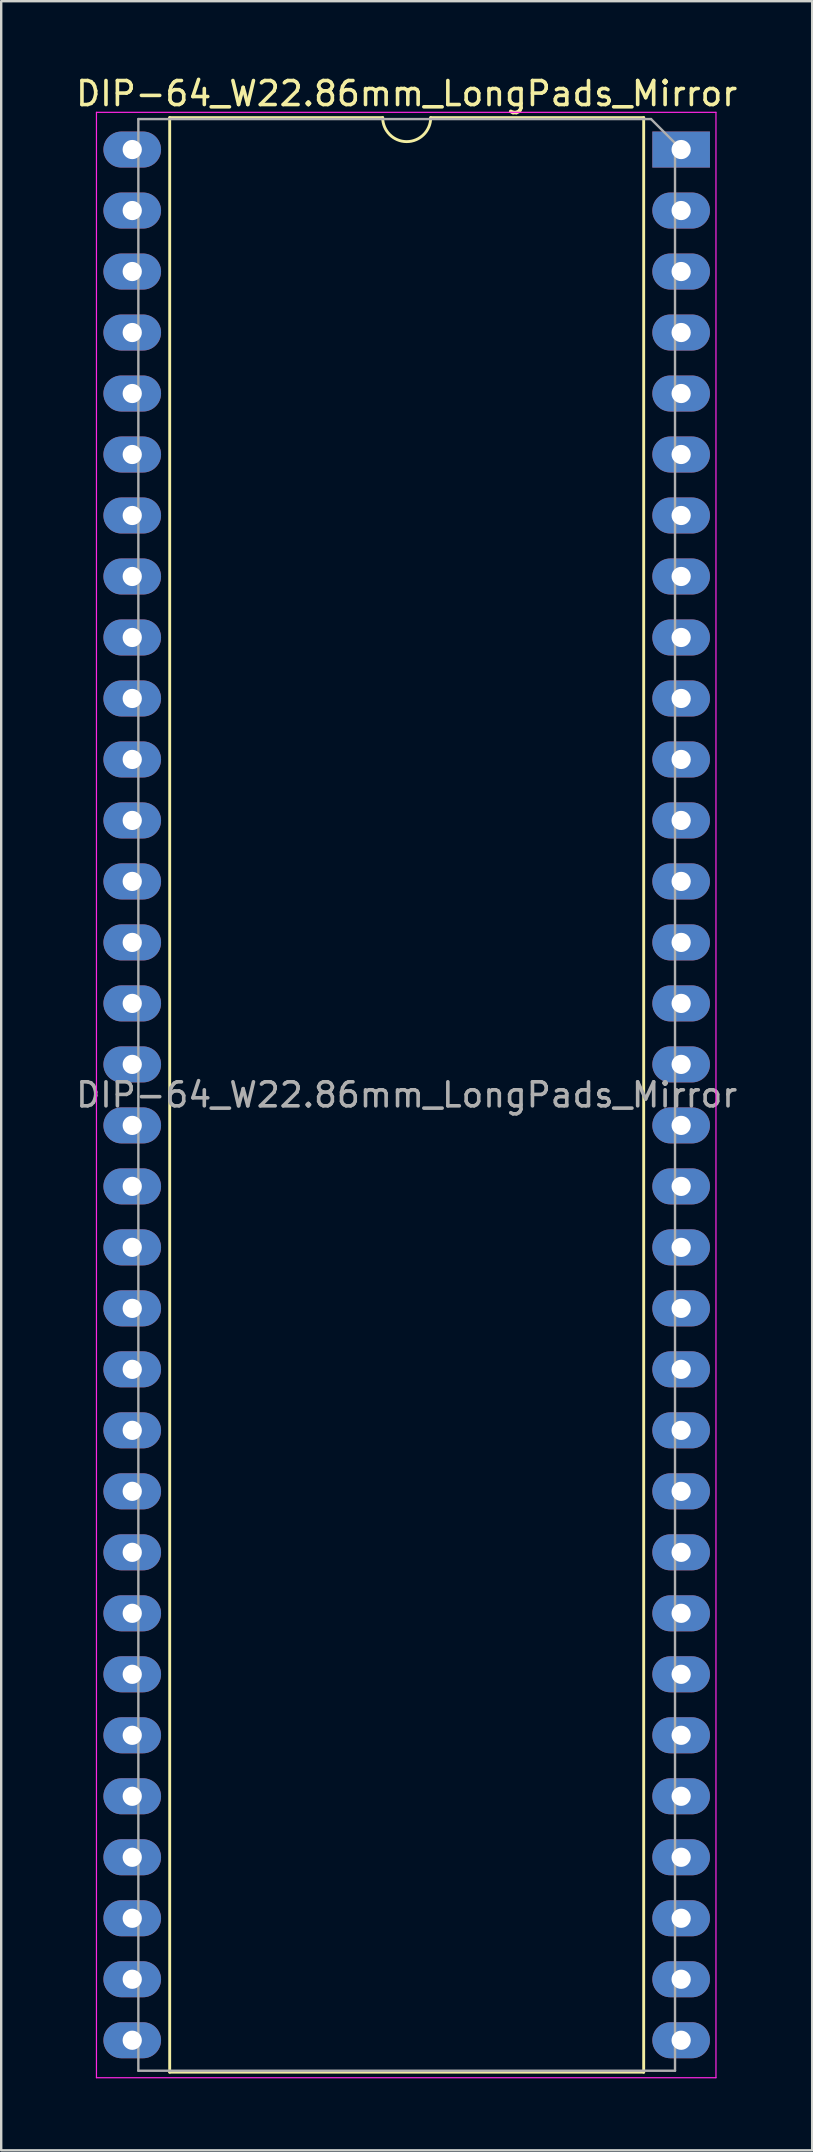
<source format=kicad_pcb>
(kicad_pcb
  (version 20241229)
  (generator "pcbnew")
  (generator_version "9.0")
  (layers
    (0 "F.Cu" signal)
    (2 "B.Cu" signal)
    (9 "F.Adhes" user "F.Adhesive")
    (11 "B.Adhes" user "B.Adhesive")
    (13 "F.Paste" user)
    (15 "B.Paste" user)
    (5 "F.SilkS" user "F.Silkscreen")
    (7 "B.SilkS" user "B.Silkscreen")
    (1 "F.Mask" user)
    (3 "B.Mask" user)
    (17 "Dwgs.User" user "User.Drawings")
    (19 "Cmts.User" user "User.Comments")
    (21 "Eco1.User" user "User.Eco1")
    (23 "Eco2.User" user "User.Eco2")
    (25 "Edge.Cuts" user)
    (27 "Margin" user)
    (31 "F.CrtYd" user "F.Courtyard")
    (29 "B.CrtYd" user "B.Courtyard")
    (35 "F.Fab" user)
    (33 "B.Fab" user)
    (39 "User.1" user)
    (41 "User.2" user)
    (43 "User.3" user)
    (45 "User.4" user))
  (footprint "DIP-64_W22.86mm_LongPads_Mirror"
    (layer "F.Cu")
    (at 25.317 3.178)
    (property "Reference" "DIP-64_W22.86mm_LongPads_Mirror" (at -11.43 -2.33 0) (layer "F.SilkS") (effects (font (size 1 1) (thickness 0.15))))
    (attr through_hole)
    (fp_line (start -21.3 -1.33) (end -12.43 -1.33) (stroke (width 0.12) (type solid)) (layer "F.SilkS"))
    (fp_line (start -21.3 80.07) (end -21.3 -1.33) (stroke (width 0.12) (type solid)) (layer "F.SilkS"))
    (fp_line (start -10.43 -1.33) (end -1.56 -1.33) (stroke (width 0.12) (type solid)) (layer "F.SilkS"))
    (fp_line (start -1.56 -1.33) (end -1.56 80.07) (stroke (width 0.12) (type solid)) (layer "F.SilkS"))
    (fp_line (start -1.56 80.07) (end -21.3 80.07) (stroke (width 0.12) (type solid)) (layer "F.SilkS"))
    (fp_arc (start -10.43 -1.33) (mid -11.43 -0.33) (end -12.43 -1.33) (stroke (width 0.12) (type solid)) (layer "F.SilkS"))
    (fp_line (start -24.35 -1.55) (end 1.45 -1.55) (stroke (width 0.05) (type solid)) (layer "F.CrtYd"))
    (fp_line (start -24.35 80.3) (end -24.35 -1.55) (stroke (width 0.05) (type solid)) (layer "F.CrtYd"))
    (fp_line (start 1.45 -1.55) (end 1.45 80.3) (stroke (width 0.05) (type solid)) (layer "F.CrtYd"))
    (fp_line (start 1.45 80.3) (end -24.35 80.3) (stroke (width 0.05) (type solid)) (layer "F.CrtYd"))
    (fp_line (start -22.605 -1.27) (end -22.605 80.01) (stroke (width 0.1) (type solid)) (layer "F.Fab"))
    (fp_line (start -22.605 80.01) (end -0.255 80.01) (stroke (width 0.1) (type solid)) (layer "F.Fab"))
    (fp_line (start -1.255 -1.27) (end -22.605 -1.27) (stroke (width 0.1) (type solid)) (layer "F.Fab"))
    (fp_line (start -0.255 -0.27) (end -1.255 -1.27) (stroke (width 0.1) (type solid)) (layer "F.Fab"))
    (fp_line (start -0.255 80.01) (end -0.255 -0.27) (stroke (width 0.1) (type solid)) (layer "F.Fab"))
    (fp_text user "${REFERENCE}" (at -11.43 39.37 0) (layer "F.Fab") (effects (font (size 1 1) (thickness 0.15))))
    (pad "1" thru_hole rect (at 0 0) (size 2.4 1.5) (drill 0.8) (layers "*.Cu" "*.Mask"))
    (pad "2" thru_hole oval (at 0 2.54) (size 2.4 1.5) (drill 0.8) (layers "*.Cu" "*.Mask"))
    (pad "3" thru_hole oval (at 0 5.08) (size 2.4 1.5) (drill 0.8) (layers "*.Cu" "*.Mask"))
    (pad "4" thru_hole oval (at 0 7.62) (size 2.4 1.5) (drill 0.8) (layers "*.Cu" "*.Mask"))
    (pad "5" thru_hole oval (at 0 10.16) (size 2.4 1.5) (drill 0.8) (layers "*.Cu" "*.Mask"))
    (pad "6" thru_hole oval (at 0 12.7) (size 2.4 1.5) (drill 0.8) (layers "*.Cu" "*.Mask"))
    (pad "7" thru_hole oval (at 0 15.24) (size 2.4 1.5) (drill 0.8) (layers "*.Cu" "*.Mask"))
    (pad "8" thru_hole oval (at 0 17.78) (size 2.4 1.5) (drill 0.8) (layers "*.Cu" "*.Mask"))
    (pad "9" thru_hole oval (at 0 20.32) (size 2.4 1.5) (drill 0.8) (layers "*.Cu" "*.Mask"))
    (pad "10" thru_hole oval (at 0 22.86) (size 2.4 1.5) (drill 0.8) (layers "*.Cu" "*.Mask"))
    (pad "11" thru_hole oval (at 0 25.4) (size 2.4 1.5) (drill 0.8) (layers "*.Cu" "*.Mask"))
    (pad "12" thru_hole oval (at 0 27.94) (size 2.4 1.5) (drill 0.8) (layers "*.Cu" "*.Mask"))
    (pad "13" thru_hole oval (at 0 30.48) (size 2.4 1.5) (drill 0.8) (layers "*.Cu" "*.Mask"))
    (pad "14" thru_hole oval (at 0 33.02) (size 2.4 1.5) (drill 0.8) (layers "*.Cu" "*.Mask"))
    (pad "15" thru_hole oval (at 0 35.56) (size 2.4 1.5) (drill 0.8) (layers "*.Cu" "*.Mask"))
    (pad "16" thru_hole oval (at 0 38.1) (size 2.4 1.5) (drill 0.8) (layers "*.Cu" "*.Mask"))
    (pad "17" thru_hole oval (at 0 40.64) (size 2.4 1.5) (drill 0.8) (layers "*.Cu" "*.Mask"))
    (pad "18" thru_hole oval (at 0 43.18) (size 2.4 1.5) (drill 0.8) (layers "*.Cu" "*.Mask"))
    (pad "19" thru_hole oval (at 0 45.72) (size 2.4 1.5) (drill 0.8) (layers "*.Cu" "*.Mask"))
    (pad "20" thru_hole oval (at 0 48.26) (size 2.4 1.5) (drill 0.8) (layers "*.Cu" "*.Mask"))
    (pad "21" thru_hole oval (at 0 50.8) (size 2.4 1.5) (drill 0.8) (layers "*.Cu" "*.Mask"))
    (pad "22" thru_hole oval (at 0 53.34) (size 2.4 1.5) (drill 0.8) (layers "*.Cu" "*.Mask"))
    (pad "23" thru_hole oval (at 0 55.88) (size 2.4 1.5) (drill 0.8) (layers "*.Cu" "*.Mask"))
    (pad "24" thru_hole oval (at 0 58.42) (size 2.4 1.5) (drill 0.8) (layers "*.Cu" "*.Mask"))
    (pad "25" thru_hole oval (at 0 60.96) (size 2.4 1.5) (drill 0.8) (layers "*.Cu" "*.Mask"))
    (pad "26" thru_hole oval (at 0 63.5) (size 2.4 1.5) (drill 0.8) (layers "*.Cu" "*.Mask"))
    (pad "27" thru_hole oval (at 0 66.04) (size 2.4 1.5) (drill 0.8) (layers "*.Cu" "*.Mask"))
    (pad "28" thru_hole oval (at 0 68.58) (size 2.4 1.5) (drill 0.8) (layers "*.Cu" "*.Mask"))
    (pad "29" thru_hole oval (at 0 71.12) (size 2.4 1.5) (drill 0.8) (layers "*.Cu" "*.Mask"))
    (pad "30" thru_hole oval (at 0 73.66) (size 2.4 1.5) (drill 0.8) (layers "*.Cu" "*.Mask"))
    (pad "31" thru_hole oval (at 0 76.2) (size 2.4 1.5) (drill 0.8) (layers "*.Cu" "*.Mask"))
    (pad "32" thru_hole oval (at 0 78.74) (size 2.4 1.5) (drill 0.8) (layers "*.Cu" "*.Mask"))
    (pad "33" thru_hole oval (at -22.86 78.74) (size 2.4 1.5) (drill 0.8) (layers "*.Cu" "*.Mask"))
    (pad "34" thru_hole oval (at -22.86 76.2) (size 2.4 1.5) (drill 0.8) (layers "*.Cu" "*.Mask"))
    (pad "35" thru_hole oval (at -22.86 73.66) (size 2.4 1.5) (drill 0.8) (layers "*.Cu" "*.Mask"))
    (pad "36" thru_hole oval (at -22.86 71.12) (size 2.4 1.5) (drill 0.8) (layers "*.Cu" "*.Mask"))
    (pad "37" thru_hole oval (at -22.86 68.58) (size 2.4 1.5) (drill 0.8) (layers "*.Cu" "*.Mask"))
    (pad "38" thru_hole oval (at -22.86 66.04) (size 2.4 1.5) (drill 0.8) (layers "*.Cu" "*.Mask"))
    (pad "39" thru_hole oval (at -22.86 63.5) (size 2.4 1.5) (drill 0.8) (layers "*.Cu" "*.Mask"))
    (pad "40" thru_hole oval (at -22.86 60.96) (size 2.4 1.5) (drill 0.8) (layers "*.Cu" "*.Mask"))
    (pad "41" thru_hole oval (at -22.86 58.42) (size 2.4 1.5) (drill 0.8) (layers "*.Cu" "*.Mask"))
    (pad "42" thru_hole oval (at -22.86 55.88) (size 2.4 1.5) (drill 0.8) (layers "*.Cu" "*.Mask"))
    (pad "43" thru_hole oval (at -22.86 53.34) (size 2.4 1.5) (drill 0.8) (layers "*.Cu" "*.Mask"))
    (pad "44" thru_hole oval (at -22.86 50.8) (size 2.4 1.5) (drill 0.8) (layers "*.Cu" "*.Mask"))
    (pad "45" thru_hole oval (at -22.86 48.26) (size 2.4 1.5) (drill 0.8) (layers "*.Cu" "*.Mask"))
    (pad "46" thru_hole oval (at -22.86 45.72) (size 2.4 1.5) (drill 0.8) (layers "*.Cu" "*.Mask"))
    (pad "47" thru_hole oval (at -22.86 43.18) (size 2.4 1.5) (drill 0.8) (layers "*.Cu" "*.Mask"))
    (pad "48" thru_hole oval (at -22.86 40.64) (size 2.4 1.5) (drill 0.8) (layers "*.Cu" "*.Mask"))
    (pad "49" thru_hole oval (at -22.86 38.1) (size 2.4 1.5) (drill 0.8) (layers "*.Cu" "*.Mask"))
    (pad "50" thru_hole oval (at -22.86 35.56) (size 2.4 1.5) (drill 0.8) (layers "*.Cu" "*.Mask"))
    (pad "51" thru_hole oval (at -22.86 33.02) (size 2.4 1.5) (drill 0.8) (layers "*.Cu" "*.Mask"))
    (pad "52" thru_hole oval (at -22.86 30.48) (size 2.4 1.5) (drill 0.8) (layers "*.Cu" "*.Mask"))
    (pad "53" thru_hole oval (at -22.86 27.94) (size 2.4 1.5) (drill 0.8) (layers "*.Cu" "*.Mask"))
    (pad "54" thru_hole oval (at -22.86 25.4) (size 2.4 1.5) (drill 0.8) (layers "*.Cu" "*.Mask"))
    (pad "55" thru_hole oval (at -22.86 22.86) (size 2.4 1.5) (drill 0.8) (layers "*.Cu" "*.Mask"))
    (pad "56" thru_hole oval (at -22.86 20.32) (size 2.4 1.5) (drill 0.8) (layers "*.Cu" "*.Mask"))
    (pad "57" thru_hole oval (at -22.86 17.78) (size 2.4 1.5) (drill 0.8) (layers "*.Cu" "*.Mask"))
    (pad "58" thru_hole oval (at -22.86 15.24) (size 2.4 1.5) (drill 0.8) (layers "*.Cu" "*.Mask"))
    (pad "59" thru_hole oval (at -22.86 12.7) (size 2.4 1.5) (drill 0.8) (layers "*.Cu" "*.Mask"))
    (pad "60" thru_hole oval (at -22.86 10.16) (size 2.4 1.5) (drill 0.8) (layers "*.Cu" "*.Mask"))
    (pad "61" thru_hole oval (at -22.86 7.62) (size 2.4 1.5) (drill 0.8) (layers "*.Cu" "*.Mask"))
    (pad "62" thru_hole oval (at -22.86 5.08) (size 2.4 1.5) (drill 0.8) (layers "*.Cu" "*.Mask"))
    (pad "63" thru_hole oval (at -22.86 2.54) (size 2.4 1.5) (drill 0.8) (layers "*.Cu" "*.Mask"))
    (pad "64" thru_hole oval (at -22.86 0) (size 2.4 1.5) (drill 0.8) (layers "*.Cu" "*.Mask")))
  (gr_rect
    (start -3 -3)
    (end 30.774 86.503)
    (stroke (width 0.1) (type default))
    (fill no)
    (layer "Edge.Cuts")))
</source>
